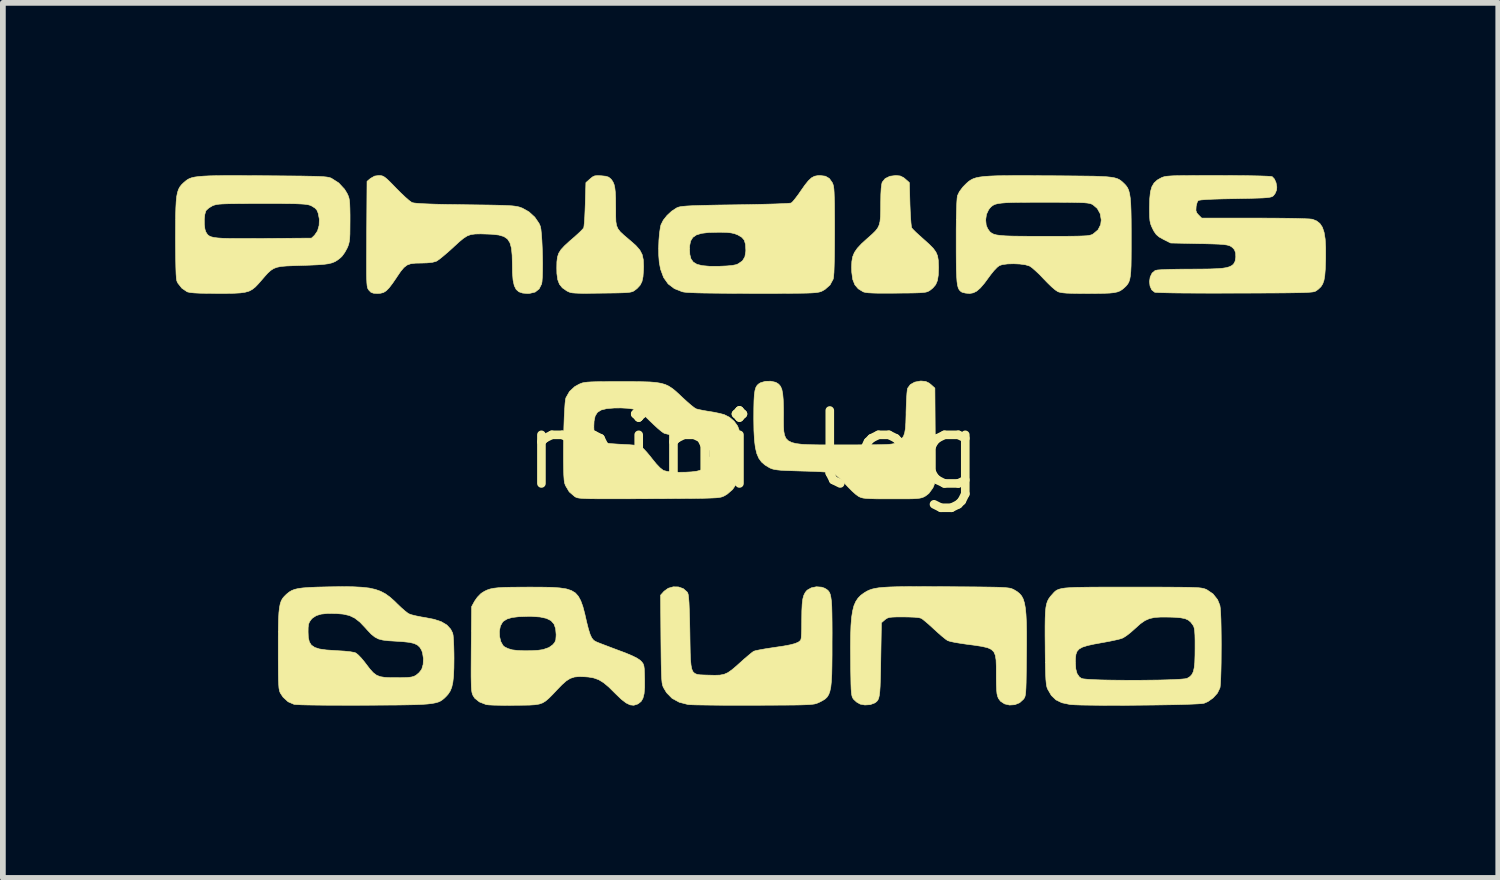
<source format=kicad_pcb>
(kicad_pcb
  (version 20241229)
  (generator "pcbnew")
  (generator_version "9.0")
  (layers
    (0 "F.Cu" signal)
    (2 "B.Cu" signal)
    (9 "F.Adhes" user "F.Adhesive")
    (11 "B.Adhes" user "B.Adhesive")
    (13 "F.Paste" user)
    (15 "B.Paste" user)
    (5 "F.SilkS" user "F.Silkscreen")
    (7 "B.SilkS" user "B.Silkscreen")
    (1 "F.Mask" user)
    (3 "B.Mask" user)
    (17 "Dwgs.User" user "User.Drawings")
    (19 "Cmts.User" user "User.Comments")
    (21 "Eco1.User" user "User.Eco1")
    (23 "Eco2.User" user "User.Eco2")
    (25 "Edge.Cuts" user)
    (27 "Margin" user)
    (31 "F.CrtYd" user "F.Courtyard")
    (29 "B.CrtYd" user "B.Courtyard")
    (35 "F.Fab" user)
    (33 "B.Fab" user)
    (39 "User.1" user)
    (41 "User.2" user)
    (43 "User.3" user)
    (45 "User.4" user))
  (footprint "mini log"
    (layer "F.Cu")
    (at 10.064 4.786)
    (property "Reference" "mini log" (at 0 0 0) (layer "F.SilkS") (effects (font (size 1.27 1.27) (thickness 0.15))))
    (attr through_hole)
    (fp_poly (pts (xy 2.557 -4.773) (xy 2.616 -4.744) (xy 2.646 -4.719) (xy 2.716 -4.657) (xy 2.726 -4.28) (xy 2.731 -4.156) (xy 2.737 -4.045) (xy 2.744 -3.954) (xy 2.751 -3.892) (xy 2.758 -3.867) (xy 2.782 -3.84) (xy 2.83 -3.792) (xy 2.897 -3.731) (xy 2.964 -3.671) (xy 3.062 -3.583) (xy 3.132 -3.512) (xy 3.178 -3.448) (xy 3.206 -3.383) (xy 3.219 -3.307) (xy 3.223 -3.211) (xy 3.224 -3.172) (xy 3.219 -3.046) (xy 3.204 -2.952) (xy 3.174 -2.881) (xy 3.126 -2.824) (xy 3.081 -2.787) (xy 3.058 -2.772) (xy 3.034 -2.76) (xy 3.003 -2.751) (xy 2.96 -2.745) (xy 2.899 -2.74) (xy 2.814 -2.737) (xy 2.7 -2.735) (xy 2.551 -2.734) (xy 2.493 -2.733) (xy 2.319 -2.732) (xy 2.182 -2.732) (xy 2.078 -2.735) (xy 2.002 -2.739) (xy 1.949 -2.746) (xy 1.915 -2.755) (xy 1.911 -2.757) (xy 1.827 -2.808) (xy 1.767 -2.878) (xy 1.73 -2.972) (xy 1.713 -3.096) (xy 1.71 -3.181) (xy 1.714 -3.283) (xy 1.729 -3.367) (xy 1.76 -3.442) (xy 1.811 -3.516) (xy 1.887 -3.597) (xy 1.993 -3.693) (xy 1.996 -3.695) (xy 2.069 -3.76) (xy 2.124 -3.814) (xy 2.163 -3.863) (xy 2.189 -3.917) (xy 2.205 -3.981) (xy 2.213 -4.066) (xy 2.216 -4.177) (xy 2.217 -4.319) (xy 2.219 -4.45) (xy 2.225 -4.556) (xy 2.235 -4.632) (xy 2.243 -4.665) (xy 2.295 -4.728) (xy 2.377 -4.768) (xy 2.481 -4.781) (xy 2.557 -4.773)) (stroke (width 0.01) (type solid)) (fill yes) (layer "F.SilkS"))
    (fp_poly (pts (xy -2.644 -4.776) (xy -2.568 -4.768) (xy -2.519 -4.752) (xy -2.484 -4.724) (xy -2.469 -4.708) (xy -2.444 -4.67) (xy -2.425 -4.626) (xy -2.412 -4.569) (xy -2.403 -4.492) (xy -2.398 -4.388) (xy -2.397 -4.252) (xy -2.396 -4.196) (xy -2.396 -4.071) (xy -2.393 -3.979) (xy -2.381 -3.909) (xy -2.357 -3.853) (xy -2.317 -3.801) (xy -2.255 -3.743) (xy -2.168 -3.669) (xy -2.144 -3.649) (xy -2.045 -3.562) (xy -1.977 -3.484) (xy -1.936 -3.406) (xy -1.916 -3.315) (xy -1.911 -3.199) (xy -1.913 -3.133) (xy -1.921 -3.019) (xy -1.939 -2.935) (xy -1.971 -2.872) (xy -2.022 -2.816) (xy -2.066 -2.782) (xy -2.086 -2.768) (xy -2.111 -2.758) (xy -2.144 -2.75) (xy -2.192 -2.744) (xy -2.261 -2.74) (xy -2.355 -2.737) (xy -2.481 -2.735) (xy -2.643 -2.733) (xy -2.646 -2.733) (xy -2.809 -2.731) (xy -2.935 -2.73) (xy -3.03 -2.731) (xy -3.099 -2.734) (xy -3.15 -2.738) (xy -3.187 -2.745) (xy -3.215 -2.756) (xy -3.242 -2.769) (xy -3.252 -2.775) (xy -3.325 -2.826) (xy -3.375 -2.888) (xy -3.405 -2.967) (xy -3.42 -3.074) (xy -3.422 -3.172) (xy -3.42 -3.278) (xy -3.41 -3.36) (xy -3.388 -3.428) (xy -3.348 -3.491) (xy -3.286 -3.558) (xy -3.198 -3.639) (xy -3.159 -3.672) (xy -3.083 -3.739) (xy -3.018 -3.799) (xy -2.973 -3.845) (xy -2.953 -3.869) (xy -2.948 -3.9) (xy -2.941 -3.966) (xy -2.935 -4.059) (xy -2.93 -4.173) (xy -2.926 -4.28) (xy -2.915 -4.657) (xy -2.843 -4.721) (xy -2.799 -4.757) (xy -2.76 -4.775) (xy -2.708 -4.779) (xy -2.644 -4.776)) (stroke (width 0.01) (type solid)) (fill yes) (layer "F.SilkS"))
    (fp_poly (pts (xy -6.483 -4.779) (xy -6.452 -4.771) (xy -6.418 -4.752) (xy -6.376 -4.718) (xy -6.319 -4.663) (xy -6.241 -4.583) (xy -6.218 -4.559) (xy -6.137 -4.478) (xy -6.061 -4.406) (xy -5.996 -4.349) (xy -5.951 -4.316) (xy -5.942 -4.311) (xy -5.911 -4.303) (xy -5.856 -4.297) (xy -5.774 -4.291) (xy -5.661 -4.286) (xy -5.515 -4.281) (xy -5.333 -4.277) (xy -5.113 -4.274) (xy -5.01 -4.272) (xy -4.795 -4.269) (xy -4.618 -4.267) (xy -4.475 -4.264) (xy -4.361 -4.261) (xy -4.271 -4.257) (xy -4.202 -4.253) (xy -4.149 -4.247) (xy -4.108 -4.24) (xy -4.074 -4.232) (xy -4.044 -4.221) (xy -4.021 -4.213) (xy -3.906 -4.148) (xy -3.805 -4.056) (xy -3.731 -3.948) (xy -3.709 -3.899) (xy -3.698 -3.846) (xy -3.689 -3.759) (xy -3.681 -3.647) (xy -3.675 -3.519) (xy -3.671 -3.383) (xy -3.669 -3.248) (xy -3.67 -3.122) (xy -3.673 -3.014) (xy -3.679 -2.933) (xy -3.686 -2.893) (xy -3.729 -2.807) (xy -3.798 -2.752) (xy -3.894 -2.729) (xy -3.929 -2.727) (xy -4.015 -2.734) (xy -4.081 -2.756) (xy -4.129 -2.798) (xy -4.162 -2.864) (xy -4.183 -2.96) (xy -4.193 -3.089) (xy -4.195 -3.23) (xy -4.199 -3.392) (xy -4.211 -3.517) (xy -4.237 -3.61) (xy -4.28 -3.676) (xy -4.343 -3.719) (xy -4.432 -3.745) (xy -4.549 -3.758) (xy -4.62 -3.761) (xy -4.746 -3.765) (xy -4.842 -3.763) (xy -4.917 -3.753) (xy -4.982 -3.729) (xy -5.046 -3.688) (xy -5.12 -3.627) (xy -5.214 -3.541) (xy -5.226 -3.529) (xy -5.313 -3.451) (xy -5.395 -3.381) (xy -5.463 -3.326) (xy -5.512 -3.292) (xy -5.523 -3.287) (xy -5.585 -3.27) (xy -5.678 -3.26) (xy -5.768 -3.257) (xy -5.881 -3.255) (xy -5.964 -3.245) (xy -6.028 -3.222) (xy -6.083 -3.179) (xy -6.139 -3.112) (xy -6.206 -3.014) (xy -6.208 -3.01) (xy -6.282 -2.902) (xy -6.341 -2.825) (xy -6.391 -2.774) (xy -6.439 -2.744) (xy -6.491 -2.731) (xy -6.546 -2.727) (xy -6.614 -2.732) (xy -6.658 -2.749) (xy -6.692 -2.784) (xy -6.703 -2.799) (xy -6.712 -2.815) (xy -6.719 -2.837) (xy -6.724 -2.87) (xy -6.728 -2.915) (xy -6.731 -2.979) (xy -6.733 -3.064) (xy -6.733 -3.175) (xy -6.733 -3.315) (xy -6.732 -3.489) (xy -6.731 -3.7) (xy -6.731 -3.76) (xy -6.725 -4.679) (xy -6.665 -4.73) (xy -6.593 -4.771) (xy -6.519 -4.781) (xy -6.483 -4.779)) (stroke (width 0.01) (type solid)) (fill yes) (layer "F.SilkS"))
    (fp_poly (pts (xy 1.189 2.385) (xy 1.238 2.402) (xy 1.271 2.421) (xy 1.298 2.441) (xy 1.32 2.469) (xy 1.337 2.506) (xy 1.349 2.559) (xy 1.359 2.63) (xy 1.365 2.724) (xy 1.368 2.845) (xy 1.37 2.997) (xy 1.371 3.185) (xy 1.37 3.34) (xy 1.37 3.565) (xy 1.368 3.752) (xy 1.365 3.904) (xy 1.358 4.027) (xy 1.348 4.123) (xy 1.332 4.198) (xy 1.312 4.254) (xy 1.284 4.298) (xy 1.25 4.331) (xy 1.206 4.359) (xy 1.154 4.386) (xy 1.139 4.393) (xy 1.116 4.403) (xy 1.091 4.412) (xy 1.062 4.419) (xy 1.024 4.424) (xy 0.973 4.429) (xy 0.905 4.432) (xy 0.818 4.435) (xy 0.706 4.437) (xy 0.565 4.438) (xy 0.394 4.439) (xy 0.186 4.44) (xy 0.006 4.441) (xy -0.203 4.441) (xy -0.403 4.441) (xy -0.588 4.44) (xy -0.754 4.438) (xy -0.897 4.436) (xy -1.011 4.434) (xy -1.092 4.431) (xy -1.136 4.428) (xy -1.137 4.428) (xy -1.291 4.388) (xy -1.415 4.32) (xy -1.511 4.222) (xy -1.562 4.137) (xy -1.573 4.113) (xy -1.582 4.085) (xy -1.589 4.048) (xy -1.594 3.997) (xy -1.598 3.929) (xy -1.601 3.839) (xy -1.604 3.722) (xy -1.606 3.574) (xy -1.608 3.39) (xy -1.609 3.29) (xy -1.615 2.524) (xy -1.555 2.457) (xy -1.482 2.404) (xy -1.394 2.379) (xy -1.303 2.381) (xy -1.219 2.411) (xy -1.154 2.468) (xy -1.143 2.485) (xy -1.134 2.514) (xy -1.127 2.569) (xy -1.12 2.655) (xy -1.115 2.772) (xy -1.11 2.926) (xy -1.106 3.118) (xy -1.105 3.172) (xy -1.102 3.368) (xy -1.099 3.525) (xy -1.094 3.648) (xy -1.085 3.742) (xy -1.072 3.81) (xy -1.051 3.857) (xy -1.021 3.886) (xy -0.981 3.903) (xy -0.929 3.911) (xy -0.862 3.914) (xy -0.796 3.916) (xy -0.674 3.919) (xy -0.582 3.916) (xy -0.509 3.902) (xy -0.443 3.873) (xy -0.375 3.825) (xy -0.292 3.755) (xy -0.241 3.709) (xy -0.161 3.637) (xy -0.088 3.575) (xy -0.031 3.528) (xy 0.004 3.502) (xy 0.006 3.501) (xy 0.041 3.49) (xy 0.11 3.476) (xy 0.204 3.459) (xy 0.314 3.442) (xy 0.374 3.433) (xy 0.528 3.41) (xy 0.644 3.388) (xy 0.727 3.366) (xy 0.783 3.342) (xy 0.817 3.315) (xy 0.829 3.293) (xy 0.834 3.261) (xy 0.838 3.194) (xy 0.841 3.103) (xy 0.842 2.994) (xy 0.842 2.949) (xy 0.844 2.795) (xy 0.85 2.678) (xy 0.861 2.59) (xy 0.879 2.525) (xy 0.904 2.476) (xy 0.936 2.438) (xy 1.008 2.397) (xy 1.098 2.378) (xy 1.189 2.385)) (stroke (width 0.01) (type solid)) (fill yes) (layer "F.SilkS"))
    (fp_poly (pts (xy 1.254 -4.769) (xy 1.323 -4.729) (xy 1.375 -4.655) (xy 1.379 -4.646) (xy 1.388 -4.622) (xy 1.396 -4.59) (xy 1.402 -4.545) (xy 1.406 -4.484) (xy 1.409 -4.401) (xy 1.412 -4.293) (xy 1.413 -4.155) (xy 1.414 -3.982) (xy 1.414 -3.812) (xy 1.413 -3.57) (xy 1.411 -3.37) (xy 1.407 -3.211) (xy 1.403 -3.093) (xy 1.396 -3.015) (xy 1.39 -2.979) (xy 1.335 -2.876) (xy 1.247 -2.798) (xy 1.192 -2.767) (xy 1.171 -2.759) (xy 1.146 -2.752) (xy 1.114 -2.746) (xy 1.072 -2.741) (xy 1.014 -2.737) (xy 0.939 -2.734) (xy 0.842 -2.732) (xy 0.719 -2.731) (xy 0.568 -2.73) (xy 0.384 -2.729) (xy 0.164 -2.729) (xy -0.015 -2.729) (xy -0.282 -2.73) (xy -0.51 -2.731) (xy -0.701 -2.733) (xy -0.859 -2.735) (xy -0.985 -2.738) (xy -1.084 -2.742) (xy -1.158 -2.746) (xy -1.21 -2.752) (xy -1.239 -2.758) (xy -1.375 -2.812) (xy -1.483 -2.894) (xy -1.562 -3.005) (xy -1.615 -3.149) (xy -1.638 -3.27) (xy -1.647 -3.386) (xy -1.649 -3.506) (xy -1.111 -3.506) (xy -1.106 -3.407) (xy -1.086 -3.33) (xy -1.046 -3.274) (xy -0.982 -3.235) (xy -0.89 -3.212) (xy -0.766 -3.201) (xy -0.604 -3.201) (xy -0.587 -3.201) (xy -0.457 -3.207) (xy -0.364 -3.216) (xy -0.298 -3.229) (xy -0.265 -3.243) (xy -0.19 -3.295) (xy -0.148 -3.364) (xy -0.132 -3.458) (xy -0.131 -3.482) (xy -0.137 -3.584) (xy -0.158 -3.655) (xy -0.2 -3.705) (xy -0.267 -3.745) (xy -0.274 -3.748) (xy -0.328 -3.769) (xy -0.387 -3.782) (xy -0.46 -3.79) (xy -0.559 -3.793) (xy -0.618 -3.793) (xy -0.779 -3.789) (xy -0.902 -3.774) (xy -0.993 -3.746) (xy -1.054 -3.703) (xy -1.092 -3.641) (xy -1.109 -3.559) (xy -1.111 -3.506) (xy -1.649 -3.506) (xy -1.649 -3.518) (xy -1.644 -3.655) (xy -1.633 -3.782) (xy -1.617 -3.887) (xy -1.608 -3.923) (xy -1.568 -4.003) (xy -1.502 -4.086) (xy -1.421 -4.161) (xy -1.337 -4.216) (xy -1.306 -4.229) (xy -1.275 -4.237) (xy -1.225 -4.244) (xy -1.155 -4.25) (xy -1.06 -4.255) (xy -0.937 -4.259) (xy -0.782 -4.263) (xy -0.593 -4.267) (xy -0.366 -4.27) (xy -0.301 -4.271) (xy -0.106 -4.274) (xy 0.076 -4.278) (xy 0.242 -4.282) (xy 0.386 -4.286) (xy 0.504 -4.291) (xy 0.592 -4.295) (xy 0.645 -4.3) (xy 0.658 -4.302) (xy 0.686 -4.327) (xy 0.729 -4.379) (xy 0.782 -4.449) (xy 0.821 -4.506) (xy 0.897 -4.614) (xy 0.958 -4.69) (xy 1.012 -4.74) (xy 1.064 -4.768) (xy 1.122 -4.779) (xy 1.158 -4.781) (xy 1.254 -4.769)) (stroke (width 0.01) (type solid)) (fill yes) (layer "F.SilkS"))
    (fp_poly (pts (xy 3 -1.196) (xy 3.058 -1.168) (xy 3.091 -1.142) (xy 3.16 -1.08) (xy 3.166 -0.258) (xy 3.167 -0.05) (xy 3.168 0.12) (xy 3.168 0.257) (xy 3.168 0.364) (xy 3.166 0.447) (xy 3.163 0.509) (xy 3.158 0.555) (xy 3.152 0.589) (xy 3.143 0.616) (xy 3.133 0.64) (xy 3.124 0.659) (xy 3.054 0.755) (xy 2.991 0.802) (xy 2.962 0.817) (xy 2.932 0.828) (xy 2.896 0.836) (xy 2.848 0.842) (xy 2.781 0.846) (xy 2.689 0.848) (xy 2.567 0.848) (xy 2.409 0.848) (xy 2.248 0.848) (xy 2.124 0.847) (xy 2.031 0.844) (xy 1.962 0.84) (xy 1.912 0.834) (xy 1.876 0.825) (xy 1.847 0.813) (xy 1.836 0.808) (xy 1.789 0.775) (xy 1.725 0.719) (xy 1.655 0.649) (xy 1.616 0.607) (xy 1.548 0.534) (xy 1.482 0.471) (xy 1.428 0.426) (xy 1.406 0.411) (xy 1.375 0.4) (xy 1.33 0.39) (xy 1.266 0.382) (xy 1.177 0.376) (xy 1.057 0.37) (xy 0.902 0.365) (xy 0.853 0.364) (xy 0.695 0.359) (xy 0.573 0.355) (xy 0.481 0.35) (xy 0.413 0.343) (xy 0.363 0.335) (xy 0.325 0.325) (xy 0.293 0.312) (xy 0.279 0.305) (xy 0.203 0.259) (xy 0.142 0.206) (xy 0.095 0.141) (xy 0.06 0.059) (xy 0.035 -0.045) (xy 0.019 -0.176) (xy 0.01 -0.339) (xy 0.007 -0.538) (xy 0.007 -0.558) (xy 0.008 -0.728) (xy 0.011 -0.862) (xy 0.017 -0.963) (xy 0.028 -1.038) (xy 0.044 -1.092) (xy 0.067 -1.13) (xy 0.098 -1.157) (xy 0.125 -1.173) (xy 0.208 -1.198) (xy 0.304 -1.2) (xy 0.389 -1.181) (xy 0.398 -1.176) (xy 0.441 -1.149) (xy 0.473 -1.111) (xy 0.496 -1.057) (xy 0.511 -0.981) (xy 0.52 -0.878) (xy 0.524 -0.741) (xy 0.525 -0.647) (xy 0.524 -0.521) (xy 0.525 -0.416) (xy 0.53 -0.329) (xy 0.543 -0.26) (xy 0.567 -0.205) (xy 0.607 -0.164) (xy 0.665 -0.134) (xy 0.744 -0.114) (xy 0.849 -0.101) (xy 0.983 -0.095) (xy 1.149 -0.092) (xy 1.35 -0.092) (xy 1.573 -0.092) (xy 1.785 -0.092) (xy 1.959 -0.093) (xy 2.099 -0.094) (xy 2.209 -0.095) (xy 2.294 -0.098) (xy 2.358 -0.101) (xy 2.404 -0.106) (xy 2.438 -0.112) (xy 2.462 -0.12) (xy 2.483 -0.13) (xy 2.491 -0.135) (xy 2.545 -0.169) (xy 2.586 -0.204) (xy 2.615 -0.245) (xy 2.634 -0.301) (xy 2.647 -0.377) (xy 2.654 -0.48) (xy 2.658 -0.617) (xy 2.658 -0.66) (xy 2.662 -0.784) (xy 2.667 -0.896) (xy 2.673 -0.988) (xy 2.68 -1.053) (xy 2.686 -1.078) (xy 2.732 -1.141) (xy 2.808 -1.184) (xy 2.907 -1.203) (xy 2.925 -1.203) (xy 3 -1.196)) (stroke (width 0.01) (type solid)) (fill yes) (layer "F.SilkS"))
    (fp_poly (pts (xy 3.055 2.376) (xy 3.312 2.377) (xy 3.382 2.377) (xy 3.622 2.379) (xy 3.824 2.38) (xy 3.99 2.382) (xy 4.126 2.384) (xy 4.234 2.386) (xy 4.318 2.389) (xy 4.383 2.393) (xy 4.431 2.398) (xy 4.466 2.403) (xy 4.493 2.41) (xy 4.515 2.419) (xy 4.536 2.429) (xy 4.539 2.431) (xy 4.591 2.462) (xy 4.634 2.497) (xy 4.67 2.539) (xy 4.698 2.592) (xy 4.719 2.661) (xy 4.735 2.749) (xy 4.746 2.861) (xy 4.753 2.999) (xy 4.756 3.169) (xy 4.756 3.374) (xy 4.754 3.592) (xy 4.752 3.781) (xy 4.75 3.932) (xy 4.748 4.05) (xy 4.745 4.139) (xy 4.741 4.206) (xy 4.736 4.253) (xy 4.729 4.286) (xy 4.72 4.309) (xy 4.708 4.328) (xy 4.703 4.335) (xy 4.635 4.397) (xy 4.551 4.431) (xy 4.46 4.437) (xy 4.373 4.417) (xy 4.302 4.37) (xy 4.266 4.321) (xy 4.252 4.285) (xy 4.241 4.24) (xy 4.235 4.178) (xy 4.231 4.091) (xy 4.229 3.974) (xy 4.229 3.906) (xy 4.229 3.763) (xy 4.225 3.653) (xy 4.212 3.571) (xy 4.186 3.511) (xy 4.141 3.468) (xy 4.073 3.438) (xy 3.978 3.416) (xy 3.849 3.396) (xy 3.71 3.378) (xy 3.602 3.362) (xy 3.505 3.346) (xy 3.43 3.33) (xy 3.385 3.316) (xy 3.382 3.315) (xy 3.346 3.29) (xy 3.287 3.243) (xy 3.215 3.18) (xy 3.149 3.12) (xy 3.074 3.051) (xy 3.005 2.991) (xy 2.951 2.947) (xy 2.923 2.927) (xy 2.881 2.916) (xy 2.803 2.908) (xy 2.696 2.904) (xy 2.612 2.903) (xy 2.501 2.903) (xy 2.424 2.906) (xy 2.371 2.911) (xy 2.336 2.922) (xy 2.308 2.938) (xy 2.288 2.954) (xy 2.229 3.005) (xy 2.218 3.647) (xy 2.215 3.837) (xy 2.211 3.99) (xy 2.207 4.109) (xy 2.201 4.2) (xy 2.193 4.267) (xy 2.182 4.316) (xy 2.168 4.349) (xy 2.149 4.373) (xy 2.126 4.392) (xy 2.112 4.401) (xy 2.034 4.43) (xy 1.941 4.436) (xy 1.86 4.421) (xy 1.797 4.385) (xy 1.744 4.336) (xy 1.744 4.335) (xy 1.731 4.316) (xy 1.721 4.294) (xy 1.713 4.263) (xy 1.707 4.219) (xy 1.702 4.157) (xy 1.699 4.071) (xy 1.697 3.958) (xy 1.694 3.81) (xy 1.693 3.67) (xy 1.691 3.427) (xy 1.693 3.223) (xy 1.699 3.053) (xy 1.71 2.913) (xy 1.728 2.799) (xy 1.751 2.708) (xy 1.783 2.635) (xy 1.823 2.575) (xy 1.871 2.526) (xy 1.93 2.483) (xy 1.936 2.48) (xy 1.975 2.456) (xy 2.015 2.437) (xy 2.062 2.42) (xy 2.117 2.407) (xy 2.184 2.396) (xy 2.268 2.388) (xy 2.371 2.382) (xy 2.498 2.378) (xy 2.652 2.376) (xy 2.837 2.375) (xy 3.055 2.376)) (stroke (width 0.01) (type solid)) (fill yes) (layer "F.SilkS"))
    (fp_poly (pts (xy -3.686 2.385) (xy -3.51 2.388) (xy -3.369 2.398) (xy -3.256 2.415) (xy -3.167 2.444) (xy -3.098 2.486) (xy -3.046 2.545) (xy -3.004 2.623) (xy -2.968 2.722) (xy -2.935 2.847) (xy -2.903 2.988) (xy -2.871 3.114) (xy -2.842 3.206) (xy -2.813 3.269) (xy -2.78 3.309) (xy -2.752 3.328) (xy -2.717 3.344) (xy -2.651 3.37) (xy -2.559 3.405) (xy -2.451 3.446) (xy -2.366 3.478) (xy -2.219 3.533) (xy -2.108 3.58) (xy -2.029 3.619) (xy -1.977 3.653) (xy -1.962 3.666) (xy -1.936 3.694) (xy -1.918 3.72) (xy -1.906 3.755) (xy -1.899 3.805) (xy -1.896 3.881) (xy -1.893 3.988) (xy -1.893 4.132) (xy -1.902 4.24) (xy -1.922 4.319) (xy -1.954 4.374) (xy -2.001 4.412) (xy -2.02 4.422) (xy -2.082 4.441) (xy -2.146 4.434) (xy -2.216 4.4) (xy -2.299 4.336) (xy -2.4 4.239) (xy -2.411 4.228) (xy -2.517 4.123) (xy -2.607 4.048) (xy -2.69 3.997) (xy -2.776 3.966) (xy -2.873 3.949) (xy -2.928 3.945) (xy -3.032 3.941) (xy -3.115 3.949) (xy -3.187 3.973) (xy -3.256 4.016) (xy -3.333 4.084) (xy -3.417 4.171) (xy -3.496 4.255) (xy -3.56 4.319) (xy -3.615 4.366) (xy -3.668 4.399) (xy -3.729 4.42) (xy -3.803 4.432) (xy -3.898 4.438) (xy -4.022 4.44) (xy -4.152 4.441) (xy -4.287 4.442) (xy -4.412 4.441) (xy -4.519 4.439) (xy -4.599 4.435) (xy -4.646 4.43) (xy -4.651 4.429) (xy -4.769 4.383) (xy -4.851 4.317) (xy -4.881 4.269) (xy -4.891 4.245) (xy -4.899 4.215) (xy -4.905 4.174) (xy -4.909 4.117) (xy -4.911 4.041) (xy -4.913 3.94) (xy -4.913 3.81) (xy -4.912 3.647) (xy -4.911 3.458) (xy -4.908 3.148) (xy -4.421 3.148) (xy -4.418 3.242) (xy -4.397 3.331) (xy -4.358 3.401) (xy -4.33 3.425) (xy -4.271 3.454) (xy -4.202 3.475) (xy -4.199 3.476) (xy -4.106 3.487) (xy -3.988 3.492) (xy -3.863 3.491) (xy -3.748 3.484) (xy -3.663 3.472) (xy -3.559 3.436) (xy -3.493 3.389) (xy -3.457 3.347) (xy -3.439 3.302) (xy -3.434 3.237) (xy -3.433 3.21) (xy -3.442 3.107) (xy -3.47 3.027) (xy -3.522 2.968) (xy -3.602 2.928) (xy -3.713 2.904) (xy -3.859 2.894) (xy -3.931 2.894) (xy -4.083 2.899) (xy -4.2 2.913) (xy -4.287 2.939) (xy -4.349 2.977) (xy -4.365 2.993) (xy -4.403 3.06) (xy -4.421 3.148) (xy -4.908 3.148) (xy -4.904 2.723) (xy -4.852 2.628) (xy -4.805 2.561) (xy -4.748 2.502) (xy -4.727 2.486) (xy -4.681 2.457) (xy -4.635 2.435) (xy -4.583 2.417) (xy -4.52 2.404) (xy -4.44 2.395) (xy -4.338 2.389) (xy -4.208 2.386) (xy -4.045 2.385) (xy -3.899 2.384) (xy -3.686 2.385)) (stroke (width 0.01) (type solid)) (fill yes) (layer "F.SilkS"))
    (fp_poly (pts (xy 8.317 -4.78) (xy 8.519 -4.779) (xy 8.692 -4.776) (xy 8.832 -4.773) (xy 8.938 -4.769) (xy 9.006 -4.765) (xy 9.033 -4.76) (xy 9.071 -4.719) (xy 9.099 -4.654) (xy 9.112 -4.58) (xy 9.108 -4.529) (xy 9.083 -4.469) (xy 9.052 -4.428) (xy 9.036 -4.417) (xy 9.014 -4.408) (xy 8.981 -4.401) (xy 8.932 -4.395) (xy 8.862 -4.39) (xy 8.766 -4.387) (xy 8.64 -4.383) (xy 8.479 -4.38) (xy 8.387 -4.378) (xy 8.178 -4.374) (xy 8.01 -4.369) (xy 7.883 -4.363) (xy 7.797 -4.356) (xy 7.75 -4.348) (xy 7.742 -4.344) (xy 7.724 -4.309) (xy 7.709 -4.251) (xy 7.707 -4.234) (xy 7.704 -4.172) (xy 7.72 -4.128) (xy 7.75 -4.094) (xy 7.804 -4.04) (xy 8.731 -4.04) (xy 8.949 -4.039) (xy 9.148 -4.038) (xy 9.325 -4.036) (xy 9.475 -4.033) (xy 9.594 -4.029) (xy 9.68 -4.025) (xy 9.728 -4.02) (xy 9.733 -4.019) (xy 9.805 -3.99) (xy 9.862 -3.945) (xy 9.905 -3.881) (xy 9.935 -3.792) (xy 9.954 -3.674) (xy 9.962 -3.525) (xy 9.962 -3.338) (xy 9.961 -3.298) (xy 9.956 -3.152) (xy 9.947 -3.04) (xy 9.933 -2.957) (xy 9.911 -2.894) (xy 9.88 -2.845) (xy 9.836 -2.803) (xy 9.81 -2.783) (xy 9.797 -2.774) (xy 9.783 -2.766) (xy 9.763 -2.759) (xy 9.736 -2.754) (xy 9.697 -2.75) (xy 9.643 -2.746) (xy 9.572 -2.743) (xy 9.48 -2.741) (xy 9.364 -2.739) (xy 9.221 -2.737) (xy 9.047 -2.736) (xy 8.84 -2.735) (xy 8.595 -2.734) (xy 8.392 -2.734) (xy 8.132 -2.733) (xy 7.891 -2.733) (xy 7.672 -2.734) (xy 7.478 -2.735) (xy 7.312 -2.737) (xy 7.177 -2.74) (xy 7.075 -2.743) (xy 7.01 -2.746) (xy 6.986 -2.749) (xy 6.934 -2.791) (xy 6.905 -2.857) (xy 6.896 -2.935) (xy 6.908 -3.014) (xy 6.941 -3.082) (xy 6.994 -3.127) (xy 6.994 -3.127) (xy 7.035 -3.136) (xy 7.117 -3.142) (xy 7.239 -3.147) (xy 7.399 -3.15) (xy 7.596 -3.151) (xy 7.601 -3.151) (xy 7.793 -3.152) (xy 7.947 -3.154) (xy 8.069 -3.159) (xy 8.163 -3.166) (xy 8.234 -3.177) (xy 8.286 -3.192) (xy 8.325 -3.211) (xy 8.356 -3.235) (xy 8.358 -3.237) (xy 8.386 -3.288) (xy 8.398 -3.36) (xy 8.395 -3.433) (xy 8.375 -3.488) (xy 8.372 -3.492) (xy 8.347 -3.52) (xy 8.321 -3.542) (xy 8.289 -3.559) (xy 8.245 -3.571) (xy 8.183 -3.58) (xy 8.098 -3.586) (xy 7.985 -3.59) (xy 7.837 -3.594) (xy 7.764 -3.595) (xy 7.263 -3.606) (xy 7.138 -3.669) (xy 7.063 -3.711) (xy 7.013 -3.754) (xy 6.974 -3.81) (xy 6.954 -3.848) (xy 6.93 -3.899) (xy 6.913 -3.945) (xy 6.903 -3.996) (xy 6.898 -4.062) (xy 6.896 -4.154) (xy 6.896 -4.23) (xy 6.9 -4.381) (xy 6.912 -4.497) (xy 6.937 -4.585) (xy 6.975 -4.65) (xy 7.03 -4.701) (xy 7.086 -4.733) (xy 7.109 -4.745) (xy 7.133 -4.754) (xy 7.161 -4.762) (xy 7.198 -4.768) (xy 7.247 -4.772) (xy 7.312 -4.776) (xy 7.398 -4.778) (xy 7.51 -4.779) (xy 7.65 -4.78) (xy 7.823 -4.781) (xy 8.034 -4.781) (xy 8.087 -4.781) (xy 8.317 -4.78)) (stroke (width 0.01) (type solid)) (fill yes) (layer "F.SilkS"))
    (fp_poly (pts (xy -8.753 -4.778) (xy -8.513 -4.777) (xy -8.268 -4.775) (xy -8.062 -4.773) (xy -7.89 -4.772) (xy -7.75 -4.769) (xy -7.638 -4.767) (xy -7.55 -4.764) (xy -7.483 -4.76) (xy -7.432 -4.755) (xy -7.395 -4.749) (xy -7.368 -4.742) (xy -7.347 -4.734) (xy -7.345 -4.733) (xy -7.218 -4.652) (xy -7.116 -4.542) (xy -7.071 -4.468) (xy -7.053 -4.429) (xy -7.04 -4.391) (xy -7.031 -4.346) (xy -7.026 -4.287) (xy -7.023 -4.205) (xy -7.021 -4.094) (xy -7.021 -3.997) (xy -7.022 -3.862) (xy -7.023 -3.76) (xy -7.027 -3.686) (xy -7.034 -3.63) (xy -7.044 -3.586) (xy -7.059 -3.544) (xy -7.072 -3.515) (xy -7.112 -3.442) (xy -7.159 -3.377) (xy -7.185 -3.351) (xy -7.233 -3.313) (xy -7.28 -3.283) (xy -7.333 -3.261) (xy -7.398 -3.245) (xy -7.481 -3.234) (xy -7.589 -3.226) (xy -7.728 -3.22) (xy -7.847 -3.216) (xy -8.005 -3.211) (xy -8.127 -3.206) (xy -8.222 -3.198) (xy -8.294 -3.183) (xy -8.352 -3.161) (xy -8.402 -3.128) (xy -8.452 -3.083) (xy -8.507 -3.022) (xy -8.556 -2.965) (xy -8.618 -2.894) (xy -8.671 -2.839) (xy -8.723 -2.798) (xy -8.779 -2.768) (xy -8.847 -2.749) (xy -8.931 -2.737) (xy -9.04 -2.731) (xy -9.179 -2.729) (xy -9.328 -2.729) (xy -9.5 -2.73) (xy -9.634 -2.732) (xy -9.733 -2.737) (xy -9.803 -2.744) (xy -9.848 -2.754) (xy -9.857 -2.757) (xy -9.948 -2.819) (xy -10.017 -2.906) (xy -10.036 -2.946) (xy -10.043 -2.986) (xy -10.049 -3.067) (xy -10.053 -3.185) (xy -10.056 -3.338) (xy -10.058 -3.524) (xy -10.059 -3.688) (xy -10.058 -3.9) (xy -10.057 -4.019) (xy -9.558 -4.019) (xy -9.557 -3.928) (xy -9.547 -3.848) (xy -9.532 -3.801) (xy -9.515 -3.772) (xy -9.497 -3.748) (xy -9.472 -3.729) (xy -9.438 -3.714) (xy -9.39 -3.702) (xy -9.325 -3.694) (xy -9.238 -3.688) (xy -9.125 -3.685) (xy -8.983 -3.684) (xy -8.808 -3.684) (xy -8.595 -3.685) (xy -8.531 -3.685) (xy -7.691 -3.691) (xy -7.638 -3.741) (xy -7.587 -3.815) (xy -7.559 -3.912) (xy -7.555 -4.021) (xy -7.576 -4.127) (xy -7.599 -4.181) (xy -7.633 -4.216) (xy -7.69 -4.251) (xy -7.709 -4.26) (xy -7.737 -4.269) (xy -7.773 -4.276) (xy -7.821 -4.282) (xy -7.887 -4.286) (xy -7.974 -4.29) (xy -8.087 -4.292) (xy -8.23 -4.293) (xy -8.407 -4.293) (xy -8.561 -4.293) (xy -8.764 -4.293) (xy -8.928 -4.292) (xy -9.059 -4.291) (xy -9.162 -4.289) (xy -9.24 -4.286) (xy -9.299 -4.282) (xy -9.343 -4.276) (xy -9.376 -4.268) (xy -9.403 -4.259) (xy -9.417 -4.253) (xy -9.477 -4.217) (xy -9.522 -4.177) (xy -9.531 -4.163) (xy -9.549 -4.103) (xy -9.558 -4.019) (xy -10.057 -4.019) (xy -10.057 -4.075) (xy -10.053 -4.216) (xy -10.047 -4.329) (xy -10.038 -4.417) (xy -10.024 -4.486) (xy -10.006 -4.54) (xy -9.983 -4.583) (xy -9.954 -4.62) (xy -9.918 -4.655) (xy -9.912 -4.66) (xy -9.882 -4.686) (xy -9.852 -4.708) (xy -9.818 -4.727) (xy -9.776 -4.742) (xy -9.723 -4.754) (xy -9.656 -4.763) (xy -9.571 -4.77) (xy -9.465 -4.775) (xy -9.333 -4.778) (xy -9.173 -4.779) (xy -8.981 -4.779) (xy -8.753 -4.778)) (stroke (width 0.01) (type solid)) (fill yes) (layer "F.SilkS"))
    (fp_poly (pts (xy 6.539 2.384) (xy 6.589 2.384) (xy 6.845 2.384) (xy 7.063 2.384) (xy 7.245 2.385) (xy 7.396 2.386) (xy 7.518 2.387) (xy 7.615 2.389) (xy 7.691 2.392) (xy 7.75 2.395) (xy 7.794 2.4) (xy 7.827 2.406) (xy 7.853 2.413) (xy 7.875 2.421) (xy 7.893 2.429) (xy 8.001 2.502) (xy 8.081 2.603) (xy 8.121 2.702) (xy 8.128 2.749) (xy 8.134 2.833) (xy 8.139 2.944) (xy 8.142 3.078) (xy 8.144 3.227) (xy 8.145 3.384) (xy 8.144 3.543) (xy 8.143 3.697) (xy 8.14 3.839) (xy 8.136 3.961) (xy 8.131 4.059) (xy 8.125 4.124) (xy 8.121 4.141) (xy 8.078 4.23) (xy 8.004 4.312) (xy 7.913 4.377) (xy 7.846 4.406) (xy 7.805 4.412) (xy 7.728 4.417) (xy 7.618 4.422) (xy 7.481 4.427) (xy 7.322 4.431) (xy 7.145 4.434) (xy 6.956 4.437) (xy 6.759 4.439) (xy 6.561 4.441) (xy 6.365 4.442) (xy 6.177 4.442) (xy 6.001 4.441) (xy 5.843 4.439) (xy 5.708 4.437) (xy 5.601 4.433) (xy 5.526 4.429) (xy 5.506 4.426) (xy 5.37 4.397) (xy 5.267 4.347) (xy 5.187 4.27) (xy 5.125 4.163) (xy 5.124 4.162) (xy 5.113 4.134) (xy 5.104 4.099) (xy 5.098 4.053) (xy 5.092 3.99) (xy 5.088 3.907) (xy 5.085 3.797) (xy 5.083 3.694) (xy 5.606 3.694) (xy 5.613 3.809) (xy 5.635 3.89) (xy 5.674 3.947) (xy 5.713 3.974) (xy 5.749 3.982) (xy 5.822 3.989) (xy 5.926 3.995) (xy 6.055 4) (xy 6.205 4.003) (xy 6.368 4.005) (xy 6.54 4.006) (xy 6.715 4.006) (xy 6.888 4.004) (xy 7.052 4.002) (xy 7.202 3.998) (xy 7.333 3.993) (xy 7.439 3.987) (xy 7.514 3.98) (xy 7.552 3.972) (xy 7.553 3.971) (xy 7.599 3.943) (xy 7.633 3.907) (xy 7.658 3.858) (xy 7.674 3.789) (xy 7.684 3.695) (xy 7.688 3.569) (xy 7.689 3.452) (xy 7.689 3.318) (xy 7.687 3.22) (xy 7.682 3.15) (xy 7.675 3.101) (xy 7.665 3.067) (xy 7.652 3.045) (xy 7.614 2.994) (xy 7.571 2.958) (xy 7.515 2.933) (xy 7.438 2.918) (xy 7.332 2.909) (xy 7.239 2.906) (xy 7.096 2.905) (xy 6.985 2.912) (xy 6.895 2.932) (xy 6.816 2.967) (xy 6.737 3.022) (xy 6.65 3.1) (xy 6.642 3.107) (xy 6.57 3.171) (xy 6.5 3.226) (xy 6.443 3.263) (xy 6.428 3.271) (xy 6.379 3.287) (xy 6.299 3.306) (xy 6.2 3.327) (xy 6.092 3.347) (xy 6.091 3.347) (xy 5.936 3.375) (xy 5.818 3.401) (xy 5.731 3.428) (xy 5.672 3.461) (xy 5.635 3.502) (xy 5.615 3.555) (xy 5.607 3.623) (xy 5.606 3.694) (xy 5.083 3.694) (xy 5.082 3.657) (xy 5.08 3.48) (xy 5.08 3.429) (xy 5.078 3.226) (xy 5.078 3.061) (xy 5.08 2.928) (xy 5.084 2.824) (xy 5.092 2.742) (xy 5.104 2.679) (xy 5.12 2.63) (xy 5.141 2.589) (xy 5.167 2.552) (xy 5.185 2.531) (xy 5.212 2.501) (xy 5.235 2.475) (xy 5.259 2.453) (xy 5.287 2.435) (xy 5.322 2.421) (xy 5.368 2.409) (xy 5.428 2.4) (xy 5.506 2.394) (xy 5.606 2.389) (xy 5.729 2.387) (xy 5.881 2.385) (xy 6.064 2.384) (xy 6.282 2.384) (xy 6.539 2.384)) (stroke (width 0.01) (type solid)) (fill yes) (layer "F.SilkS"))
    (fp_poly (pts (xy -6.971 2.378) (xy -6.817 2.386) (xy -6.689 2.4) (xy -6.581 2.424) (xy -6.488 2.457) (xy -6.405 2.501) (xy -6.326 2.558) (xy -6.246 2.629) (xy -6.204 2.671) (xy -6.133 2.739) (xy -6.067 2.797) (xy -6.014 2.838) (xy -5.996 2.849) (xy -5.949 2.866) (xy -5.872 2.885) (xy -5.778 2.904) (xy -5.72 2.913) (xy -5.556 2.945) (xy -5.429 2.988) (xy -5.335 3.044) (xy -5.269 3.116) (xy -5.234 3.185) (xy -5.226 3.227) (xy -5.22 3.303) (xy -5.215 3.408) (xy -5.212 3.532) (xy -5.211 3.62) (xy -5.213 3.794) (xy -5.219 3.932) (xy -5.231 4.041) (xy -5.25 4.126) (xy -5.277 4.193) (xy -5.314 4.249) (xy -5.35 4.289) (xy -5.381 4.319) (xy -5.411 4.344) (xy -5.444 4.366) (xy -5.483 4.384) (xy -5.532 4.398) (xy -5.594 4.41) (xy -5.673 4.419) (xy -5.772 4.426) (xy -5.895 4.431) (xy -6.045 4.434) (xy -6.226 4.437) (xy -6.441 4.438) (xy -6.694 4.44) (xy -6.778 4.44) (xy -7.012 4.441) (xy -7.231 4.44) (xy -7.429 4.44) (xy -7.604 4.438) (xy -7.751 4.436) (xy -7.867 4.433) (xy -7.949 4.429) (xy -7.993 4.426) (xy -7.995 4.425) (xy -8.099 4.38) (xy -8.187 4.299) (xy -8.233 4.23) (xy -8.243 4.208) (xy -8.251 4.18) (xy -8.258 4.141) (xy -8.262 4.087) (xy -8.266 4.012) (xy -8.268 3.914) (xy -8.269 3.785) (xy -8.27 3.623) (xy -8.27 3.464) (xy -8.27 3.253) (xy -8.269 3.164) (xy -7.751 3.164) (xy -7.747 3.262) (xy -7.729 3.338) (xy -7.694 3.394) (xy -7.636 3.434) (xy -7.552 3.461) (xy -7.435 3.478) (xy -7.281 3.488) (xy -7.256 3.49) (xy -7.122 3.498) (xy -7.016 3.509) (xy -6.944 3.522) (xy -6.92 3.531) (xy -6.882 3.561) (xy -6.828 3.616) (xy -6.769 3.687) (xy -6.744 3.72) (xy -6.675 3.81) (xy -6.617 3.874) (xy -6.56 3.917) (xy -6.495 3.943) (xy -6.413 3.956) (xy -6.303 3.961) (xy -6.217 3.961) (xy -6.099 3.96) (xy -6.015 3.957) (xy -5.956 3.95) (xy -5.913 3.939) (xy -5.879 3.923) (xy -5.874 3.92) (xy -5.818 3.873) (xy -5.775 3.818) (xy -5.773 3.815) (xy -5.748 3.73) (xy -5.743 3.627) (xy -5.759 3.527) (xy -5.775 3.482) (xy -5.806 3.431) (xy -5.847 3.393) (xy -5.905 3.365) (xy -5.986 3.346) (xy -6.097 3.334) (xy -6.218 3.326) (xy -6.35 3.318) (xy -6.45 3.306) (xy -6.527 3.286) (xy -6.591 3.252) (xy -6.653 3.202) (xy -6.721 3.13) (xy -6.752 3.095) (xy -6.849 2.993) (xy -6.938 2.924) (xy -7.031 2.879) (xy -7.141 2.854) (xy -7.262 2.844) (xy -7.409 2.842) (xy -7.523 2.854) (xy -7.608 2.88) (xy -7.673 2.922) (xy -7.697 2.947) (xy -7.726 2.988) (xy -7.743 3.03) (xy -7.75 3.09) (xy -7.751 3.164) (xy -8.269 3.164) (xy -8.268 3.08) (xy -8.265 2.94) (xy -8.259 2.829) (xy -8.249 2.742) (xy -8.236 2.675) (xy -8.218 2.622) (xy -8.194 2.58) (xy -8.164 2.544) (xy -8.128 2.509) (xy -8.121 2.503) (xy -8.08 2.47) (xy -8.037 2.444) (xy -7.986 2.424) (xy -7.922 2.409) (xy -7.84 2.398) (xy -7.732 2.39) (xy -7.595 2.384) (xy -7.423 2.38) (xy -7.379 2.379) (xy -7.157 2.376) (xy -6.971 2.378)) (stroke (width 0.01) (type solid)) (fill yes) (layer "F.SilkS"))
    (fp_poly (pts (xy -2.099 -1.193) (xy -1.934 -1.191) (xy -1.801 -1.187) (xy -1.693 -1.178) (xy -1.605 -1.163) (xy -1.532 -1.142) (xy -1.468 -1.111) (xy -1.407 -1.071) (xy -1.345 -1.02) (xy -1.275 -0.955) (xy -1.235 -0.917) (xy -1.157 -0.846) (xy -1.086 -0.784) (xy -1.03 -0.74) (xy -0.996 -0.719) (xy -0.95 -0.707) (xy -0.877 -0.692) (xy -0.791 -0.677) (xy -0.776 -0.675) (xy -0.68 -0.659) (xy -0.585 -0.639) (xy -0.512 -0.62) (xy -0.508 -0.619) (xy -0.416 -0.573) (xy -0.334 -0.503) (xy -0.274 -0.42) (xy -0.247 -0.349) (xy -0.243 -0.304) (xy -0.24 -0.226) (xy -0.239 -0.122) (xy -0.239 -0.00031) (xy -0.241 0.112) (xy -0.244 0.256) (xy -0.249 0.364) (xy -0.255 0.443) (xy -0.263 0.5) (xy -0.274 0.542) (xy -0.288 0.575) (xy -0.361 0.684) (xy -0.453 0.764) (xy -0.502 0.794) (xy -0.521 0.803) (xy -0.54 0.811) (xy -0.565 0.818) (xy -0.597 0.824) (xy -0.641 0.829) (xy -0.699 0.832) (xy -0.776 0.835) (xy -0.875 0.838) (xy -0.998 0.84) (xy -1.15 0.841) (xy -1.335 0.842) (xy -1.554 0.844) (xy -1.813 0.845) (xy -1.814 0.845) (xy -2.073 0.846) (xy -2.294 0.847) (xy -2.478 0.847) (xy -2.631 0.847) (xy -2.755 0.846) (xy -2.853 0.845) (xy -2.929 0.842) (xy -2.987 0.839) (xy -3.029 0.835) (xy -3.059 0.83) (xy -3.081 0.823) (xy -3.098 0.815) (xy -3.107 0.81) (xy -3.205 0.726) (xy -3.271 0.615) (xy -3.287 0.569) (xy -3.294 0.518) (xy -3.3 0.433) (xy -3.303 0.32) (xy -3.305 0.185) (xy -3.305 0.035) (xy -3.304 -0.123) (xy -3.301 -0.283) (xy -3.298 -0.407) (xy -2.777 -0.407) (xy -2.773 -0.315) (xy -2.758 -0.244) (xy -2.728 -0.192) (xy -2.676 -0.155) (xy -2.598 -0.13) (xy -2.489 -0.114) (xy -2.344 -0.104) (xy -2.298 -0.102) (xy -2.165 -0.095) (xy -2.069 -0.087) (xy -2.002 -0.076) (xy -1.959 -0.062) (xy -1.944 -0.054) (xy -1.909 -0.022) (xy -1.856 0.035) (xy -1.796 0.107) (xy -1.76 0.153) (xy -1.689 0.24) (xy -1.625 0.307) (xy -1.573 0.348) (xy -1.563 0.354) (xy -1.501 0.37) (xy -1.409 0.38) (xy -1.3 0.385) (xy -1.184 0.384) (xy -1.075 0.378) (xy -0.983 0.366) (xy -0.92 0.349) (xy -0.915 0.347) (xy -0.842 0.289) (xy -0.793 0.206) (xy -0.769 0.108) (xy -0.77 0.007) (xy -0.796 -0.089) (xy -0.849 -0.168) (xy -0.885 -0.198) (xy -0.921 -0.216) (xy -0.97 -0.229) (xy -1.041 -0.239) (xy -1.142 -0.247) (xy -1.222 -0.251) (xy -1.369 -0.261) (xy -1.476 -0.274) (xy -1.545 -0.291) (xy -1.56 -0.298) (xy -1.6 -0.326) (xy -1.661 -0.377) (xy -1.734 -0.444) (xy -1.804 -0.511) (xy -1.884 -0.589) (xy -1.943 -0.642) (xy -1.992 -0.677) (xy -2.037 -0.698) (xy -2.088 -0.713) (xy -2.102 -0.717) (xy -2.19 -0.729) (xy -2.303 -0.735) (xy -2.42 -0.734) (xy -2.552 -0.723) (xy -2.649 -0.699) (xy -2.714 -0.658) (xy -2.754 -0.594) (xy -2.773 -0.504) (xy -2.777 -0.407) (xy -3.298 -0.407) (xy -3.297 -0.438) (xy -3.292 -0.582) (xy -3.285 -0.709) (xy -3.278 -0.811) (xy -3.27 -0.882) (xy -3.263 -0.911) (xy -3.2 -1.022) (xy -3.109 -1.106) (xy -3.035 -1.147) (xy -3.005 -1.16) (xy -2.974 -1.171) (xy -2.938 -1.178) (xy -2.89 -1.184) (xy -2.826 -1.188) (xy -2.741 -1.191) (xy -2.629 -1.192) (xy -2.485 -1.193) (xy -2.304 -1.193) (xy -2.301 -1.193) (xy -2.099 -1.193)) (stroke (width 0.01) (type solid)) (fill yes) (layer "F.SilkS"))
    (fp_poly (pts (xy 4.783 -4.779) (xy 5.034 -4.777) (xy 5.139 -4.777) (xy 5.392 -4.775) (xy 5.606 -4.773) (xy 5.786 -4.771) (xy 5.934 -4.769) (xy 6.054 -4.764) (xy 6.15 -4.759) (xy 6.225 -4.751) (xy 6.284 -4.741) (xy 6.33 -4.728) (xy 6.366 -4.712) (xy 6.396 -4.692) (xy 6.424 -4.669) (xy 6.453 -4.641) (xy 6.457 -4.638) (xy 6.488 -4.604) (xy 6.514 -4.567) (xy 6.534 -4.522) (xy 6.549 -4.464) (xy 6.561 -4.388) (xy 6.569 -4.291) (xy 6.574 -4.167) (xy 6.577 -4.013) (xy 6.578 -3.823) (xy 6.578 -3.697) (xy 6.578 -3.497) (xy 6.577 -3.336) (xy 6.575 -3.207) (xy 6.57 -3.106) (xy 6.562 -3.029) (xy 6.551 -2.97) (xy 6.536 -2.926) (xy 6.516 -2.891) (xy 6.491 -2.86) (xy 6.459 -2.829) (xy 6.459 -2.829) (xy 6.422 -2.798) (xy 6.384 -2.773) (xy 6.338 -2.755) (xy 6.279 -2.742) (xy 6.201 -2.734) (xy 6.098 -2.73) (xy 5.963 -2.728) (xy 5.824 -2.727) (xy 5.666 -2.728) (xy 5.544 -2.73) (xy 5.453 -2.733) (xy 5.387 -2.739) (xy 5.34 -2.747) (xy 5.305 -2.757) (xy 5.296 -2.762) (xy 5.253 -2.791) (xy 5.191 -2.844) (xy 5.119 -2.914) (xy 5.054 -2.981) (xy 4.98 -3.059) (xy 4.906 -3.128) (xy 4.844 -3.181) (xy 4.806 -3.206) (xy 4.735 -3.227) (xy 4.639 -3.24) (xy 4.531 -3.245) (xy 4.425 -3.242) (xy 4.335 -3.23) (xy 4.283 -3.213) (xy 4.243 -3.182) (xy 4.189 -3.126) (xy 4.131 -3.054) (xy 4.109 -3.024) (xy 4.023 -2.907) (xy 3.952 -2.824) (xy 3.889 -2.769) (xy 3.83 -2.739) (xy 3.77 -2.728) (xy 3.758 -2.728) (xy 3.692 -2.734) (xy 3.639 -2.747) (xy 3.629 -2.751) (xy 3.604 -2.769) (xy 3.583 -2.792) (xy 3.567 -2.824) (xy 3.554 -2.871) (xy 3.545 -2.936) (xy 3.539 -3.022) (xy 3.534 -3.136) (xy 3.532 -3.279) (xy 3.531 -3.458) (xy 3.531 -3.632) (xy 3.531 -3.844) (xy 3.533 -4.01) (xy 4.044 -4.01) (xy 4.053 -3.918) (xy 4.077 -3.859) (xy 4.099 -3.826) (xy 4.121 -3.798) (xy 4.149 -3.777) (xy 4.185 -3.759) (xy 4.235 -3.746) (xy 4.302 -3.737) (xy 4.391 -3.73) (xy 4.505 -3.726) (xy 4.649 -3.724) (xy 4.827 -3.723) (xy 5.043 -3.723) (xy 5.054 -3.723) (xy 5.259 -3.723) (xy 5.427 -3.723) (xy 5.56 -3.724) (xy 5.664 -3.726) (xy 5.743 -3.729) (xy 5.802 -3.732) (xy 5.844 -3.738) (xy 5.874 -3.745) (xy 5.897 -3.753) (xy 5.916 -3.764) (xy 6 -3.835) (xy 6.046 -3.926) (xy 6.056 -4.007) (xy 6.038 -4.115) (xy 5.987 -4.207) (xy 5.91 -4.273) (xy 5.9 -4.278) (xy 5.878 -4.288) (xy 5.849 -4.296) (xy 5.81 -4.302) (xy 5.757 -4.307) (xy 5.684 -4.31) (xy 5.588 -4.312) (xy 5.464 -4.314) (xy 5.307 -4.315) (xy 5.114 -4.315) (xy 5.054 -4.315) (xy 4.84 -4.315) (xy 4.664 -4.314) (xy 4.522 -4.312) (xy 4.41 -4.308) (xy 4.323 -4.301) (xy 4.256 -4.292) (xy 4.207 -4.279) (xy 4.17 -4.261) (xy 4.141 -4.239) (xy 4.116 -4.212) (xy 4.095 -4.184) (xy 4.058 -4.105) (xy 4.044 -4.01) (xy 3.533 -4.01) (xy 3.533 -4.028) (xy 3.537 -4.182) (xy 3.541 -4.302) (xy 3.547 -4.386) (xy 3.553 -4.429) (xy 3.587 -4.5) (xy 3.647 -4.58) (xy 3.676 -4.61) (xy 3.712 -4.646) (xy 3.747 -4.677) (xy 3.784 -4.702) (xy 3.826 -4.724) (xy 3.877 -4.741) (xy 3.94 -4.754) (xy 4.02 -4.764) (xy 4.119 -4.771) (xy 4.241 -4.776) (xy 4.391 -4.778) (xy 4.57 -4.779) (xy 4.783 -4.779)) (stroke (width 0.01) (type solid)) (fill yes) (layer "F.SilkS")))
  (gr_rect
    (start -3 -3)
    (end 23.031 12.233)
    (stroke (width 0.1) (type default))
    (fill no)
    (layer "Edge.Cuts")))
</source>
